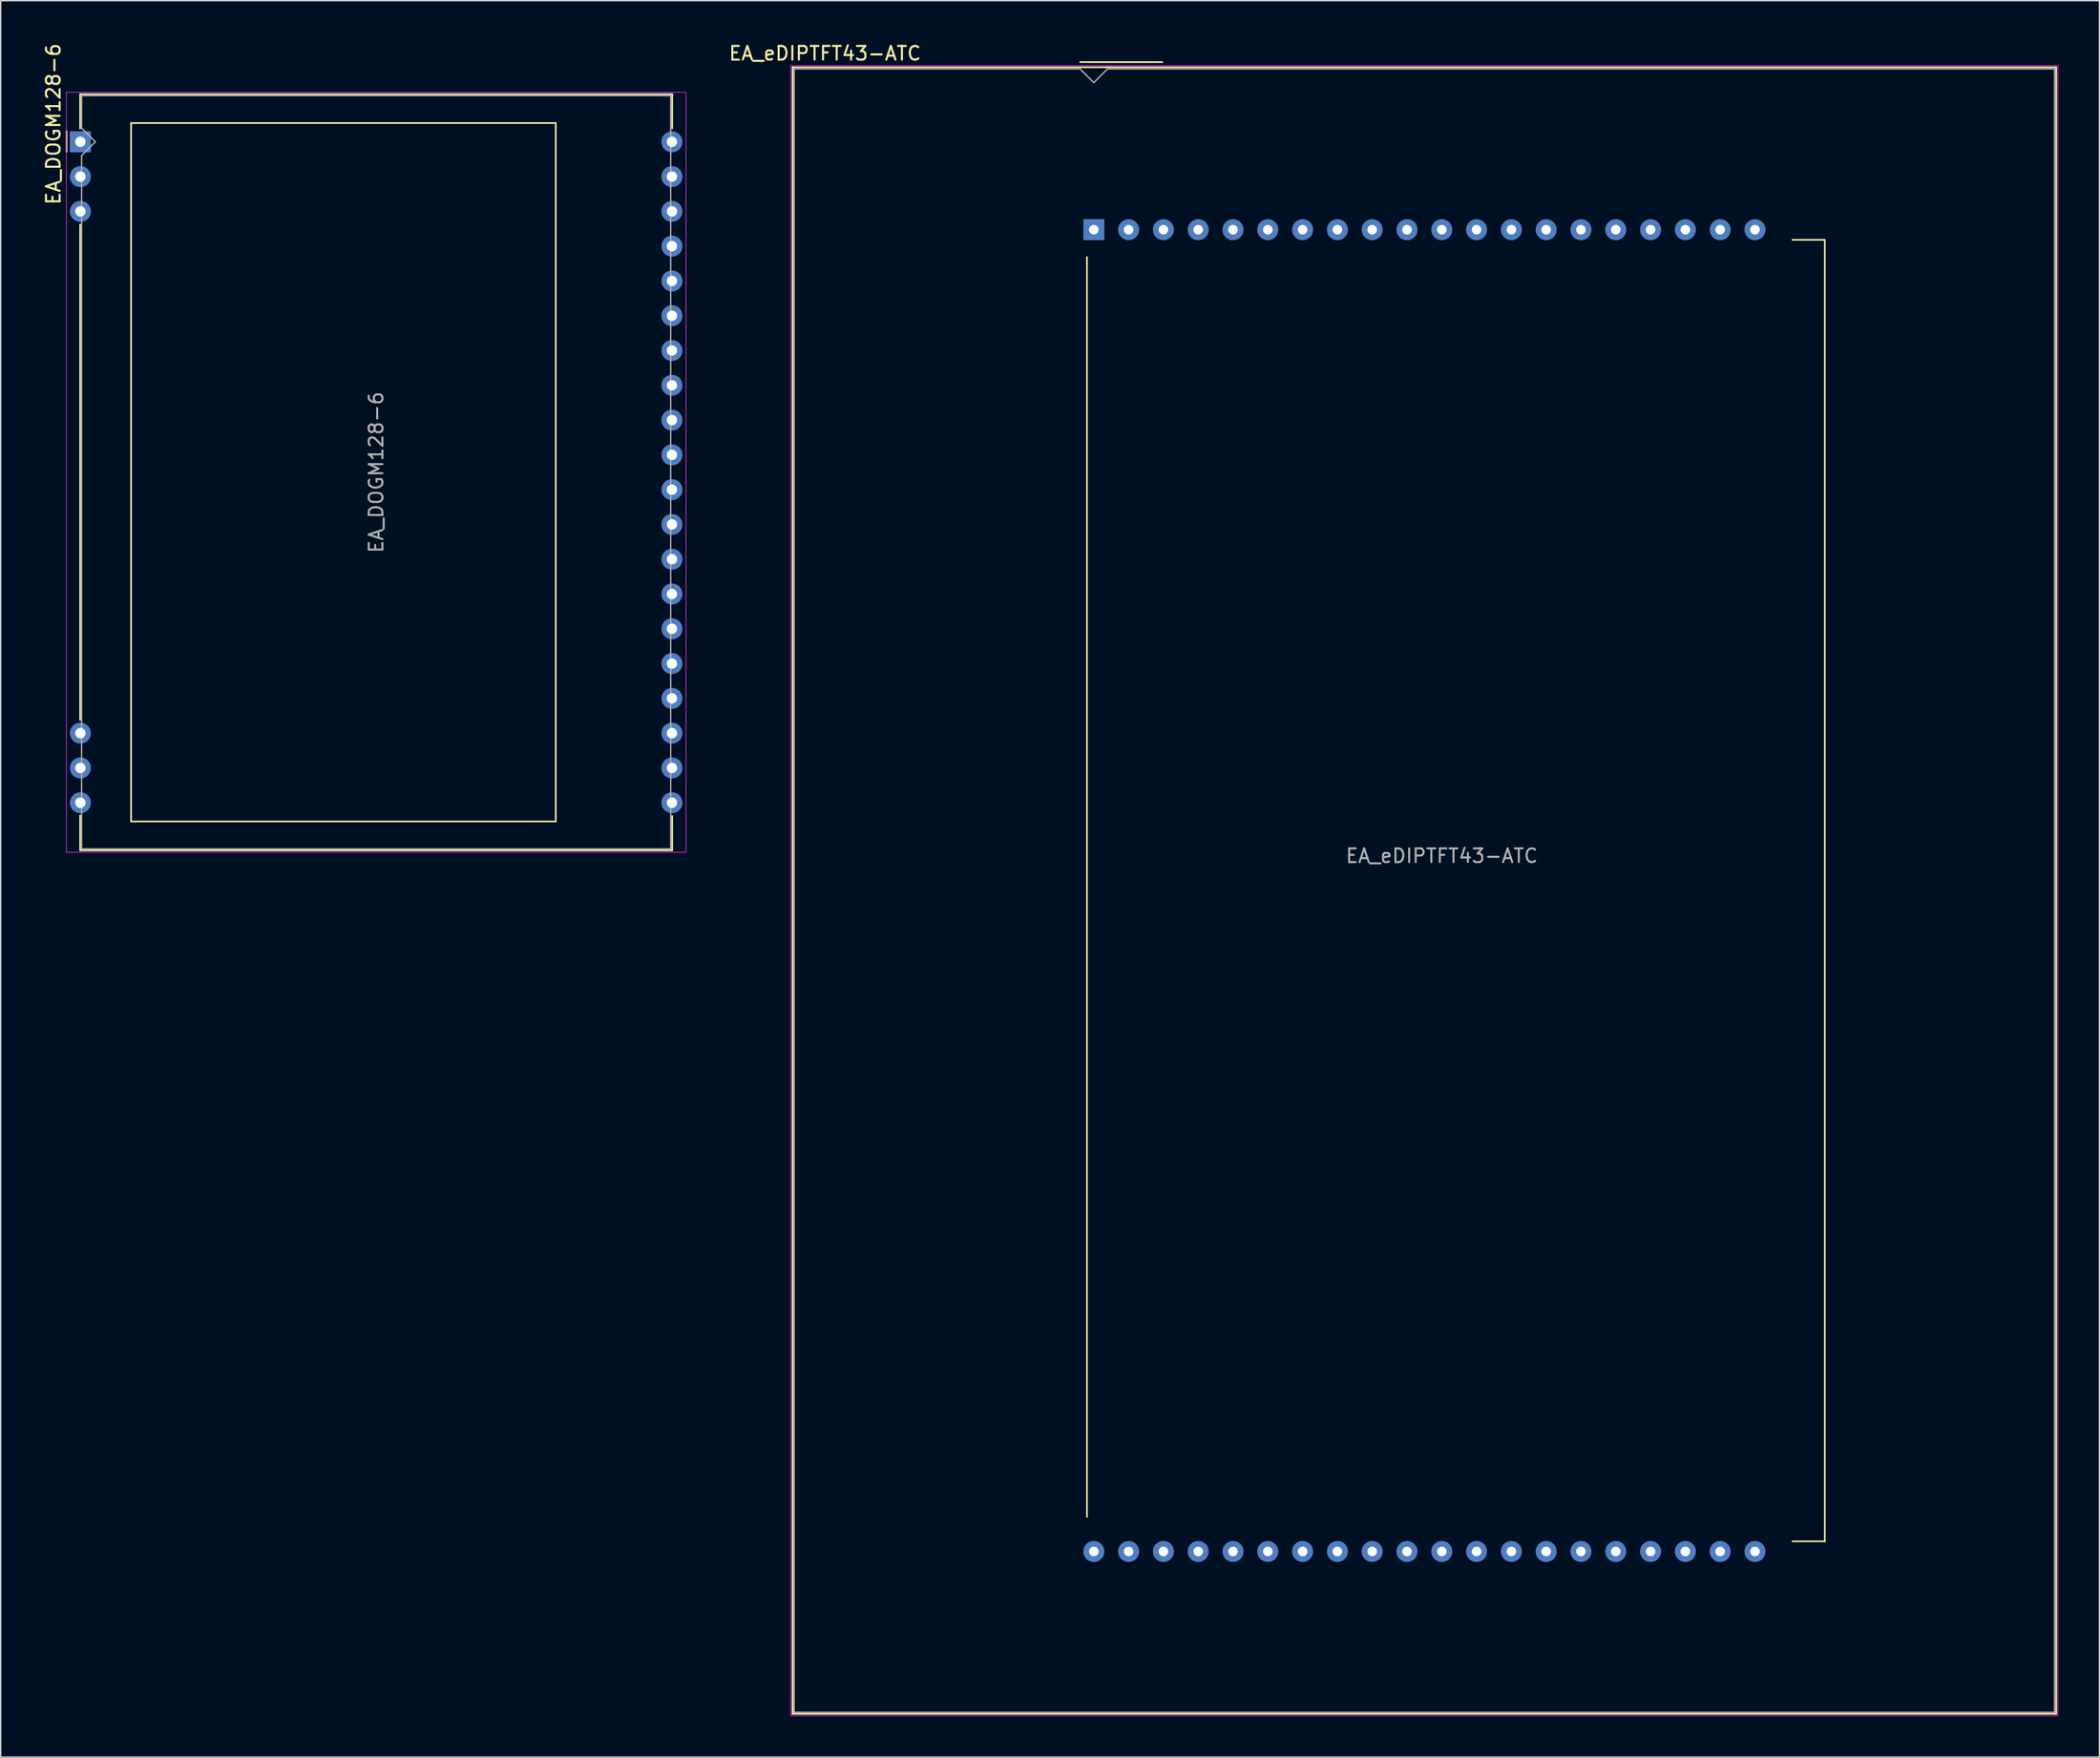
<source format=kicad_pcb>
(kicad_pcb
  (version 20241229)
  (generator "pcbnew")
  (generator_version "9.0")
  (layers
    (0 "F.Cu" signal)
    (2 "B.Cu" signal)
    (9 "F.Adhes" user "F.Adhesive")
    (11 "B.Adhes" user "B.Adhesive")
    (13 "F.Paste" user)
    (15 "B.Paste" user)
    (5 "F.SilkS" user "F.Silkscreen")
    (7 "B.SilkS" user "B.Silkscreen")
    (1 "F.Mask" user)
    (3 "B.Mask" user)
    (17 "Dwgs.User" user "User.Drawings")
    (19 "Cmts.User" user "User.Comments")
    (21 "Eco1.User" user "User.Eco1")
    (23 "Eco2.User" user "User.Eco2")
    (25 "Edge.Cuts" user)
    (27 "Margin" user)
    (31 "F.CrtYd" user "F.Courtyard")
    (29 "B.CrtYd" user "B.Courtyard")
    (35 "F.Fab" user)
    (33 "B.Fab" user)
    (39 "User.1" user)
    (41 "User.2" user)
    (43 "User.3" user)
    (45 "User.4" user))
  (footprint "EA_eDIPTFT43-ATC"
    (layer "F.Cu")
    (at 76.793 13.723)
    (property "Reference" "EA_eDIPTFT43-ATC" (at -19.625 -12.875 0) (layer "F.SilkS") (effects (font (size 1 1) (thickness 0.15))))
    (attr through_hole)
    (fp_line (start -21.99 -11.86) (end 70.25 -11.86) (stroke (width 0.12) (type solid)) (layer "F.SilkS"))
    (fp_line (start -21.99 108.38) (end -21.99 -11.86) (stroke (width 0.12) (type solid)) (layer "F.SilkS"))
    (fp_line (start -1 -12.24) (end 5 -12.24) (stroke (width 0.12) (type solid)) (layer "F.SilkS"))
    (fp_line (start -0.5 94) (end -0.5 2) (stroke (width 0.12) (type solid)) (layer "F.SilkS"))
    (fp_line (start 53.35 0.74) (end 51 0.74) (stroke (width 0.12) (type solid)) (layer "F.SilkS"))
    (fp_line (start 53.36 0.74) (end 53.36 95.78) (stroke (width 0.12) (type solid)) (layer "F.SilkS"))
    (fp_line (start 53.36 95.78) (end 51 95.78) (stroke (width 0.12) (type solid)) (layer "F.SilkS"))
    (fp_line (start 70.25 -11.86) (end 70.25 108.38) (stroke (width 0.12) (type solid)) (layer "F.SilkS"))
    (fp_line (start 70.25 108.38) (end -21.99 108.38) (stroke (width 0.12) (type solid)) (layer "F.SilkS"))
    (fp_line (start -22.12 -11.99) (end 70.38 -11.99) (stroke (width 0.05) (type solid)) (layer "F.CrtYd"))
    (fp_line (start -22.12 108.51) (end -22.12 -11.99) (stroke (width 0.05) (type solid)) (layer "F.CrtYd"))
    (fp_line (start 70.38 -11.99) (end 70.38 108.51) (stroke (width 0.05) (type solid)) (layer "F.CrtYd"))
    (fp_line (start 70.38 108.51) (end -22.12 108.51) (stroke (width 0.05) (type solid)) (layer "F.CrtYd"))
    (fp_line (start -21.87 -11.74) (end -1 -11.74) (stroke (width 0.1) (type solid)) (layer "F.Fab"))
    (fp_line (start -21.87 108.26) (end -21.87 -11.74) (stroke (width 0.1) (type solid)) (layer "F.Fab"))
    (fp_line (start -1 -11.74) (end 0 -10.74) (stroke (width 0.1) (type solid)) (layer "F.Fab"))
    (fp_line (start 0 -10.74) (end 1 -11.74) (stroke (width 0.1) (type solid)) (layer "F.Fab"))
    (fp_line (start 1 -11.74) (end 70.13 -11.74) (stroke (width 0.1) (type solid)) (layer "F.Fab"))
    (fp_line (start 70.13 -11.74) (end 70.13 108.26) (stroke (width 0.1) (type solid)) (layer "F.Fab"))
    (fp_line (start 70.13 108.26) (end -21.87 108.26) (stroke (width 0.1) (type solid)) (layer "F.Fab"))
    (fp_text user "${REFERENCE}" (at 25.4 45.72 0) (layer "F.Fab") (effects (font (size 1 1) (thickness 0.15))))
    (pad "1" thru_hole rect (at 0 0) (size 1.524 1.524) (drill 0.7) (layers "*.Cu" "*.Mask"))
    (pad "2" thru_hole circle (at 2.54 0) (size 1.524 1.524) (drill 0.7) (layers "*.Cu" "*.Mask"))
    (pad "3" thru_hole circle (at 5.08 0) (size 1.524 1.524) (drill 0.7) (layers "*.Cu" "*.Mask"))
    (pad "4" thru_hole circle (at 7.62 0) (size 1.524 1.524) (drill 0.7) (layers "*.Cu" "*.Mask"))
    (pad "5" thru_hole circle (at 10.16 0) (size 1.524 1.524) (drill 0.7) (layers "*.Cu" "*.Mask"))
    (pad "6" thru_hole circle (at 12.7 0) (size 1.524 1.524) (drill 0.7) (layers "*.Cu" "*.Mask"))
    (pad "7" thru_hole circle (at 15.24 0) (size 1.524 1.524) (drill 0.7) (layers "*.Cu" "*.Mask"))
    (pad "8" thru_hole circle (at 17.78 0) (size 1.524 1.524) (drill 0.7) (layers "*.Cu" "*.Mask"))
    (pad "9" thru_hole circle (at 20.32 0) (size 1.524 1.524) (drill 0.7) (layers "*.Cu" "*.Mask"))
    (pad "10" thru_hole circle (at 22.86 0) (size 1.524 1.524) (drill 0.7) (layers "*.Cu" "*.Mask"))
    (pad "11" thru_hole circle (at 25.4 0) (size 1.524 1.524) (drill 0.7) (layers "*.Cu" "*.Mask"))
    (pad "12" thru_hole circle (at 27.94 0) (size 1.524 1.524) (drill 0.7) (layers "*.Cu" "*.Mask"))
    (pad "13" thru_hole circle (at 30.48 0) (size 1.524 1.524) (drill 0.7) (layers "*.Cu" "*.Mask"))
    (pad "14" thru_hole circle (at 33.02 0) (size 1.524 1.524) (drill 0.7) (layers "*.Cu" "*.Mask"))
    (pad "15" thru_hole circle (at 35.56 0) (size 1.524 1.524) (drill 0.7) (layers "*.Cu" "*.Mask"))
    (pad "16" thru_hole circle (at 38.1 0) (size 1.524 1.524) (drill 0.7) (layers "*.Cu" "*.Mask"))
    (pad "17" thru_hole circle (at 40.64 0) (size 1.524 1.524) (drill 0.7) (layers "*.Cu" "*.Mask"))
    (pad "18" thru_hole circle (at 43.18 0) (size 1.524 1.524) (drill 0.7) (layers "*.Cu" "*.Mask"))
    (pad "19" thru_hole circle (at 45.72 0) (size 1.524 1.524) (drill 0.7) (layers "*.Cu" "*.Mask"))
    (pad "20" thru_hole circle (at 48.26 0) (size 1.524 1.524) (drill 0.7) (layers "*.Cu" "*.Mask"))
    (pad "21" thru_hole circle (at 48.26 96.52) (size 1.524 1.524) (drill 0.7) (layers "*.Cu" "*.Mask"))
    (pad "22" thru_hole circle (at 45.72 96.52) (size 1.524 1.524) (drill 0.7) (layers "*.Cu" "*.Mask"))
    (pad "23" thru_hole circle (at 43.18 96.52) (size 1.524 1.524) (drill 0.7) (layers "*.Cu" "*.Mask"))
    (pad "24" thru_hole circle (at 40.64 96.52) (size 1.524 1.524) (drill 0.7) (layers "*.Cu" "*.Mask"))
    (pad "25" thru_hole circle (at 38.1 96.52) (size 1.524 1.524) (drill 0.7) (layers "*.Cu" "*.Mask"))
    (pad "26" thru_hole circle (at 35.56 96.52) (size 1.524 1.524) (drill 0.7) (layers "*.Cu" "*.Mask"))
    (pad "27" thru_hole circle (at 33.02 96.52) (size 1.524 1.524) (drill 0.7) (layers "*.Cu" "*.Mask"))
    (pad "28" thru_hole circle (at 30.48 96.52) (size 1.524 1.524) (drill 0.7) (layers "*.Cu" "*.Mask"))
    (pad "29" thru_hole circle (at 27.94 96.52) (size 1.524 1.524) (drill 0.7) (layers "*.Cu" "*.Mask"))
    (pad "30" thru_hole circle (at 25.4 96.52) (size 1.524 1.524) (drill 0.7) (layers "*.Cu" "*.Mask"))
    (pad "31" thru_hole circle (at 22.86 96.52) (size 1.524 1.524) (drill 0.7) (layers "*.Cu" "*.Mask"))
    (pad "32" thru_hole circle (at 20.32 96.52) (size 1.524 1.524) (drill 0.7) (layers "*.Cu" "*.Mask"))
    (pad "33" thru_hole circle (at 17.78 96.52) (size 1.524 1.524) (drill 0.7) (layers "*.Cu" "*.Mask"))
    (pad "34" thru_hole circle (at 15.24 96.52) (size 1.524 1.524) (drill 0.7) (layers "*.Cu" "*.Mask"))
    (pad "35" thru_hole circle (at 12.7 96.52) (size 1.524 1.524) (drill 0.7) (layers "*.Cu" "*.Mask"))
    (pad "36" thru_hole circle (at 10.16 96.52) (size 1.524 1.524) (drill 0.7) (layers "*.Cu" "*.Mask"))
    (pad "37" thru_hole circle (at 7.62 96.52) (size 1.524 1.524) (drill 0.7) (layers "*.Cu" "*.Mask"))
    (pad "38" thru_hole circle (at 5.08 96.52) (size 1.524 1.524) (drill 0.7) (layers "*.Cu" "*.Mask"))
    (pad "39" thru_hole circle (at 2.54 96.52) (size 1.524 1.524) (drill 0.7) (layers "*.Cu" "*.Mask"))
    (pad "40" thru_hole circle (at 0 96.52) (size 1.524 1.524) (drill 0.7) (layers "*.Cu" "*.Mask")))
  (footprint "EA_DOGM128-6"
    (layer "F.Cu")
    (at 2.818 7.306)
    (property "Reference" "EA_DOGM128-6" (at -1.97 -1.3 270) (layer "F.SilkS") (effects (font (size 1 1) (thickness 0.15))))
    (attr through_hole)
    (fp_line (start -1.01 -0.77) (end -1.01 0.73) (stroke (width 0.12) (type solid)) (layer "F.SilkS"))
    (fp_line (start -0.02 -3.48) (end 43.2 -3.48) (stroke (width 0.12) (type solid)) (layer "F.SilkS"))
    (fp_line (start -0.02 -0.97) (end -0.02 -3.48) (stroke (width 0.12) (type solid)) (layer "F.SilkS"))
    (fp_line (start -0.02 6.05) (end -0.02 42.21) (stroke (width 0.12) (type solid)) (layer "F.SilkS"))
    (fp_line (start -0.02 51.74) (end -0.02 49.19) (stroke (width 0.12) (type solid)) (layer "F.SilkS"))
    (fp_line (start 3.7 -1.37) (end 3.7 49.63) (stroke (width 0.12) (type solid)) (layer "F.SilkS"))
    (fp_line (start 3.7 49.63) (end 34.7 49.63) (stroke (width 0.12) (type solid)) (layer "F.SilkS"))
    (fp_line (start 34.7 -1.37) (end 3.7 -1.37) (stroke (width 0.12) (type solid)) (layer "F.SilkS"))
    (fp_line (start 34.7 49.63) (end 34.7 -1.37) (stroke (width 0.12) (type solid)) (layer "F.SilkS"))
    (fp_line (start 43.2 -3.48) (end 43.2 -0.98) (stroke (width 0.12) (type solid)) (layer "F.SilkS"))
    (fp_line (start 43.2 49.23) (end 43.2 51.74) (stroke (width 0.12) (type solid)) (layer "F.SilkS"))
    (fp_line (start 43.2 51.74) (end -0.02 51.74) (stroke (width 0.12) (type solid)) (layer "F.SilkS"))
    (fp_line (start -1.02 -3.62) (end 44.2 -3.62) (stroke (width 0.05) (type solid)) (layer "F.CrtYd"))
    (fp_line (start -1.02 51.88) (end -1.02 -3.62) (stroke (width 0.05) (type solid)) (layer "F.CrtYd"))
    (fp_line (start 44.2 -3.62) (end 44.2 51.88) (stroke (width 0.05) (type solid)) (layer "F.CrtYd"))
    (fp_line (start 44.2 51.88) (end -1.02 51.88) (stroke (width 0.05) (type solid)) (layer "F.CrtYd"))
    (fp_line (start 0.09 -1) (end 0.09 -3.37) (stroke (width 0.1) (type solid)) (layer "F.Fab"))
    (fp_line (start 0.09 -1) (end 1.09 0) (stroke (width 0.1) (type solid)) (layer "F.Fab"))
    (fp_line (start 0.09 1) (end 0.09 51.63) (stroke (width 0.1) (type solid)) (layer "F.Fab"))
    (fp_line (start 0.09 51.63) (end 43.09 51.63) (stroke (width 0.1) (type solid)) (layer "F.Fab"))
    (fp_line (start 1.09 0) (end 0.09 1) (stroke (width 0.1) (type solid)) (layer "F.Fab"))
    (fp_line (start 43.09 -3.37) (end 0.09 -3.37) (stroke (width 0.1) (type solid)) (layer "F.Fab"))
    (fp_line (start 43.09 51.63) (end 43.09 -3.37) (stroke (width 0.1) (type solid)) (layer "F.Fab"))
    (fp_text user "${REFERENCE}" (at 21.59 24.13 270) (layer "F.Fab") (effects (font (size 1 1) (thickness 0.15))))
    (pad "1" thru_hole rect (at 0 0 270) (size 1.524 1.524) (drill 0.762) (layers "*.Cu" "*.Mask"))
    (pad "2" thru_hole circle (at 0 2.54 270) (size 1.524 1.524) (drill 0.762) (layers "*.Cu" "*.Mask"))
    (pad "3" thru_hole circle (at 0 5.08 270) (size 1.524 1.524) (drill 0.762) (layers "*.Cu" "*.Mask"))
    (pad "18" thru_hole circle (at 0 43.18 270) (size 1.524 1.524) (drill 0.762) (layers "*.Cu" "*.Mask"))
    (pad "19" thru_hole circle (at 0 45.72 270) (size 1.524 1.524) (drill 0.762) (layers "*.Cu" "*.Mask"))
    (pad "20" thru_hole circle (at 0 48.26 270) (size 1.524 1.524) (drill 0.762) (layers "*.Cu" "*.Mask"))
    (pad "21" thru_hole circle (at 43.18 48.26 270) (size 1.524 1.524) (drill 0.762) (layers "*.Cu" "*.Mask"))
    (pad "22" thru_hole circle (at 43.18 45.72 270) (size 1.524 1.524) (drill 0.762) (layers "*.Cu" "*.Mask"))
    (pad "23" thru_hole circle (at 43.18 43.18 270) (size 1.524 1.524) (drill 0.762) (layers "*.Cu" "*.Mask"))
    (pad "24" thru_hole circle (at 43.18 40.64 270) (size 1.524 1.524) (drill 0.762) (layers "*.Cu" "*.Mask"))
    (pad "25" thru_hole circle (at 43.18 38.1 270) (size 1.524 1.524) (drill 0.762) (layers "*.Cu" "*.Mask"))
    (pad "26" thru_hole circle (at 43.18 35.56 270) (size 1.524 1.524) (drill 0.762) (layers "*.Cu" "*.Mask"))
    (pad "27" thru_hole circle (at 43.18 33.02 270) (size 1.524 1.524) (drill 0.762) (layers "*.Cu" "*.Mask"))
    (pad "28" thru_hole circle (at 43.18 30.48 270) (size 1.524 1.524) (drill 0.762) (layers "*.Cu" "*.Mask"))
    (pad "29" thru_hole circle (at 43.18 27.94 270) (size 1.524 1.524) (drill 0.762) (layers "*.Cu" "*.Mask"))
    (pad "30" thru_hole circle (at 43.18 25.4 270) (size 1.524 1.524) (drill 0.762) (layers "*.Cu" "*.Mask"))
    (pad "31" thru_hole circle (at 43.18 22.86 270) (size 1.524 1.524) (drill 0.762) (layers "*.Cu" "*.Mask"))
    (pad "32" thru_hole circle (at 43.18 20.32 270) (size 1.524 1.524) (drill 0.762) (layers "*.Cu" "*.Mask"))
    (pad "33" thru_hole circle (at 43.18 17.78 270) (size 1.524 1.524) (drill 0.762) (layers "*.Cu" "*.Mask"))
    (pad "34" thru_hole circle (at 43.18 15.24 270) (size 1.524 1.524) (drill 0.762) (layers "*.Cu" "*.Mask"))
    (pad "35" thru_hole circle (at 43.18 12.7 270) (size 1.524 1.524) (drill 0.762) (layers "*.Cu" "*.Mask"))
    (pad "36" thru_hole circle (at 43.18 10.16 270) (size 1.524 1.524) (drill 0.762) (layers "*.Cu" "*.Mask"))
    (pad "37" thru_hole circle (at 43.18 7.62 270) (size 1.524 1.524) (drill 0.762) (layers "*.Cu" "*.Mask"))
    (pad "38" thru_hole circle (at 43.18 5.08 270) (size 1.524 1.524) (drill 0.762) (layers "*.Cu" "*.Mask"))
    (pad "39" thru_hole circle (at 43.18 2.54 270) (size 1.524 1.524) (drill 0.762) (layers "*.Cu" "*.Mask"))
    (pad "40" thru_hole circle (at 43.18 0 270) (size 1.524 1.524) (drill 0.762) (layers "*.Cu" "*.Mask")))
  (gr_rect
    (start -3 -3)
    (end 150.198 125.258)
    (stroke (width 0.1) (type default))
    (fill no)
    (layer "Edge.Cuts")))
</source>
